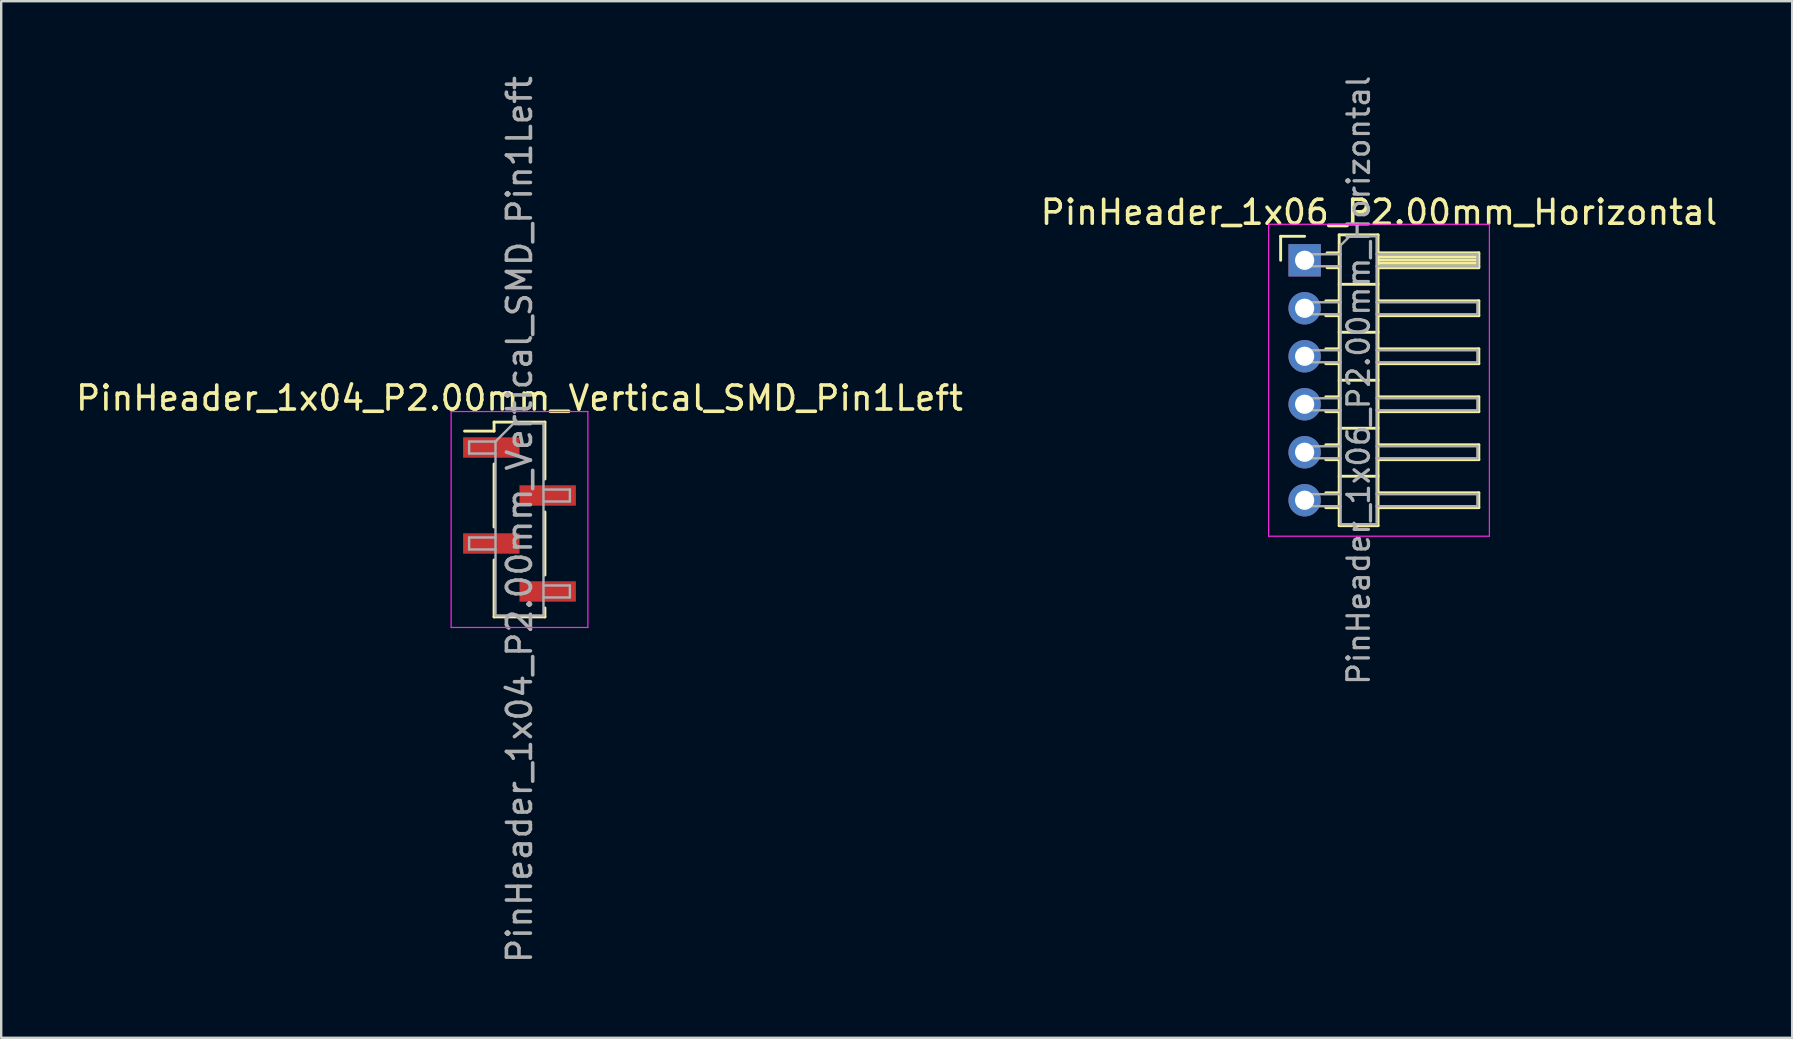
<source format=kicad_pcb>
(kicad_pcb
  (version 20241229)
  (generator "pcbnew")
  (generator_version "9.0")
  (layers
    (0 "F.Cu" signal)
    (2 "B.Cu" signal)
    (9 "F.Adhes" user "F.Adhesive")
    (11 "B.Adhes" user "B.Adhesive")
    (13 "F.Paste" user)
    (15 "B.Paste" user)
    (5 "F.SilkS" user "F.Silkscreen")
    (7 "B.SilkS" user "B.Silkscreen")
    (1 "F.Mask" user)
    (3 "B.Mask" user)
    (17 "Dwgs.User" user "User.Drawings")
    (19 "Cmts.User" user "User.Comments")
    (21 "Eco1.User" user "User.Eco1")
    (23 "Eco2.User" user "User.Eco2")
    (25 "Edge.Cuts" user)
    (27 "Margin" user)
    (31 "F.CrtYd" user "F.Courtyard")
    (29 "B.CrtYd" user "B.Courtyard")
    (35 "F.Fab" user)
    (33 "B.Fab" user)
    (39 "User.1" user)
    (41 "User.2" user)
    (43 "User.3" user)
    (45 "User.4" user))
  (footprint "PinHeader_1x04_P2.00mm_Vertical_SMD_Pin1Left"
    (layer "F.Cu")
    (at 18.601 18.601)
    (property "Reference" "PinHeader_1x04_P2.00mm_Vertical_SMD_Pin1Left" (at 0 -5.06 0) (layer "F.SilkS") (effects (font (size 1 1) (thickness 0.15))))
    (attr smd)
    (fp_line (start -1.06 -4.06) (end -1.06 -3.685) (stroke (width 0.12) (type solid)) (layer "F.SilkS"))
    (fp_line (start -1.06 -4.06) (end 1.06 -4.06) (stroke (width 0.12) (type solid)) (layer "F.SilkS"))
    (fp_line (start -1.06 -3.685) (end -2.29 -3.685) (stroke (width 0.12) (type solid)) (layer "F.SilkS"))
    (fp_line (start -1.06 -2.315) (end -1.06 0.315) (stroke (width 0.12) (type solid)) (layer "F.SilkS"))
    (fp_line (start -1.06 1.685) (end -1.06 4.06) (stroke (width 0.12) (type solid)) (layer "F.SilkS"))
    (fp_line (start -1.06 4.06) (end 1.06 4.06) (stroke (width 0.12) (type solid)) (layer "F.SilkS"))
    (fp_line (start 1.06 -4.06) (end 1.06 -1.685) (stroke (width 0.12) (type solid)) (layer "F.SilkS"))
    (fp_line (start 1.06 -0.315) (end 1.06 2.315) (stroke (width 0.12) (type solid)) (layer "F.SilkS"))
    (fp_line (start 1.06 3.685) (end 1.06 4.06) (stroke (width 0.12) (type solid)) (layer "F.SilkS"))
    (fp_line (start -2.85 -4.5) (end -2.85 4.5) (stroke (width 0.05) (type solid)) (layer "F.CrtYd"))
    (fp_line (start -2.85 4.5) (end 2.85 4.5) (stroke (width 0.05) (type solid)) (layer "F.CrtYd"))
    (fp_line (start 2.85 -4.5) (end -2.85 -4.5) (stroke (width 0.05) (type solid)) (layer "F.CrtYd"))
    (fp_line (start 2.85 4.5) (end 2.85 -4.5) (stroke (width 0.05) (type solid)) (layer "F.CrtYd"))
    (fp_line (start -2.1 -3.25) (end -2.1 -2.75) (stroke (width 0.1) (type solid)) (layer "F.Fab"))
    (fp_line (start -2.1 -2.75) (end -1 -2.75) (stroke (width 0.1) (type solid)) (layer "F.Fab"))
    (fp_line (start -2.1 0.75) (end -2.1 1.25) (stroke (width 0.1) (type solid)) (layer "F.Fab"))
    (fp_line (start -2.1 1.25) (end -1 1.25) (stroke (width 0.1) (type solid)) (layer "F.Fab"))
    (fp_line (start -1 -3.25) (end -2.1 -3.25) (stroke (width 0.1) (type solid)) (layer "F.Fab"))
    (fp_line (start -1 -3.25) (end -0.25 -4) (stroke (width 0.1) (type solid)) (layer "F.Fab"))
    (fp_line (start -1 0.75) (end -2.1 0.75) (stroke (width 0.1) (type solid)) (layer "F.Fab"))
    (fp_line (start -1 4) (end -1 -3.25) (stroke (width 0.1) (type solid)) (layer "F.Fab"))
    (fp_line (start -0.25 -4) (end 1 -4) (stroke (width 0.1) (type solid)) (layer "F.Fab"))
    (fp_line (start 1 -4) (end 1 4) (stroke (width 0.1) (type solid)) (layer "F.Fab"))
    (fp_line (start 1 -1.25) (end 2.1 -1.25) (stroke (width 0.1) (type solid)) (layer "F.Fab"))
    (fp_line (start 1 2.75) (end 2.1 2.75) (stroke (width 0.1) (type solid)) (layer "F.Fab"))
    (fp_line (start 1 4) (end -1 4) (stroke (width 0.1) (type solid)) (layer "F.Fab"))
    (fp_line (start 2.1 -1.25) (end 2.1 -0.75) (stroke (width 0.1) (type solid)) (layer "F.Fab"))
    (fp_line (start 2.1 -0.75) (end 1 -0.75) (stroke (width 0.1) (type solid)) (layer "F.Fab"))
    (fp_line (start 2.1 2.75) (end 2.1 3.25) (stroke (width 0.1) (type solid)) (layer "F.Fab"))
    (fp_line (start 2.1 3.25) (end 1 3.25) (stroke (width 0.1) (type solid)) (layer "F.Fab"))
    (fp_text user "${REFERENCE}" (at 0 0 90) (layer "F.Fab") (effects (font (size 1 1) (thickness 0.15))))
    (pad "1" smd rect (at -1.175 -3) (size 2.35 0.85) (layers "F.Cu" "F.Mask" "F.Paste"))
    (pad "2" smd rect (at 1.175 -1) (size 2.35 0.85) (layers "F.Cu" "F.Mask" "F.Paste"))
    (pad "3" smd rect (at -1.175 1) (size 2.35 0.85) (layers "F.Cu" "F.Mask" "F.Paste"))
    (pad "4" smd rect (at 1.175 3) (size 2.35 0.85) (layers "F.Cu" "F.Mask" "F.Paste")))
  (footprint "PinHeader_1x06_P2.00mm_Horizontal"
    (layer "F.Cu")
    (at 51.323 7.798)
    (property "Reference" "PinHeader_1x06_P2.00mm_Horizontal" (at 3.1 -2 0) (layer "F.SilkS") (effects (font (size 1 1) (thickness 0.15))))
    (attr through_hole)
    (fp_line (start -1 -1) (end 0 -1) (stroke (width 0.12) (type solid)) (layer "F.SilkS"))
    (fp_line (start -1 0) (end -1 -1) (stroke (width 0.12) (type solid)) (layer "F.SilkS"))
    (fp_line (start 0.882 1.69) (end 1.44 1.69) (stroke (width 0.12) (type solid)) (layer "F.SilkS"))
    (fp_line (start 0.882 2.31) (end 1.44 2.31) (stroke (width 0.12) (type solid)) (layer "F.SilkS"))
    (fp_line (start 0.882 3.69) (end 1.44 3.69) (stroke (width 0.12) (type solid)) (layer "F.SilkS"))
    (fp_line (start 0.882 4.31) (end 1.44 4.31) (stroke (width 0.12) (type solid)) (layer "F.SilkS"))
    (fp_line (start 0.882 5.69) (end 1.44 5.69) (stroke (width 0.12) (type solid)) (layer "F.SilkS"))
    (fp_line (start 0.882 6.31) (end 1.44 6.31) (stroke (width 0.12) (type solid)) (layer "F.SilkS"))
    (fp_line (start 0.882 7.69) (end 1.44 7.69) (stroke (width 0.12) (type solid)) (layer "F.SilkS"))
    (fp_line (start 0.882 8.31) (end 1.44 8.31) (stroke (width 0.12) (type solid)) (layer "F.SilkS"))
    (fp_line (start 0.882 9.69) (end 1.44 9.69) (stroke (width 0.12) (type solid)) (layer "F.SilkS"))
    (fp_line (start 0.882 10.31) (end 1.44 10.31) (stroke (width 0.12) (type solid)) (layer "F.SilkS"))
    (fp_line (start 0.935 -0.31) (end 1.44 -0.31) (stroke (width 0.12) (type solid)) (layer "F.SilkS"))
    (fp_line (start 0.935 0.31) (end 1.44 0.31) (stroke (width 0.12) (type solid)) (layer "F.SilkS"))
    (fp_line (start 1.44 -1.06) (end 1.44 11.06) (stroke (width 0.12) (type solid)) (layer "F.SilkS"))
    (fp_line (start 1.44 1) (end 3.06 1) (stroke (width 0.12) (type solid)) (layer "F.SilkS"))
    (fp_line (start 1.44 3) (end 3.06 3) (stroke (width 0.12) (type solid)) (layer "F.SilkS"))
    (fp_line (start 1.44 5) (end 3.06 5) (stroke (width 0.12) (type solid)) (layer "F.SilkS"))
    (fp_line (start 1.44 7) (end 3.06 7) (stroke (width 0.12) (type solid)) (layer "F.SilkS"))
    (fp_line (start 1.44 9) (end 3.06 9) (stroke (width 0.12) (type solid)) (layer "F.SilkS"))
    (fp_line (start 1.44 11.06) (end 3.06 11.06) (stroke (width 0.12) (type solid)) (layer "F.SilkS"))
    (fp_line (start 3.06 -1.06) (end 1.44 -1.06) (stroke (width 0.12) (type solid)) (layer "F.SilkS"))
    (fp_line (start 3.06 -0.31) (end 7.26 -0.31) (stroke (width 0.12) (type solid)) (layer "F.SilkS"))
    (fp_line (start 3.06 -0.25) (end 7.26 -0.25) (stroke (width 0.12) (type solid)) (layer "F.SilkS"))
    (fp_line (start 3.06 -0.13) (end 7.26 -0.13) (stroke (width 0.12) (type solid)) (layer "F.SilkS"))
    (fp_line (start 3.06 -0.01) (end 7.26 -0.01) (stroke (width 0.12) (type solid)) (layer "F.SilkS"))
    (fp_line (start 3.06 0.11) (end 7.26 0.11) (stroke (width 0.12) (type solid)) (layer "F.SilkS"))
    (fp_line (start 3.06 0.23) (end 7.26 0.23) (stroke (width 0.12) (type solid)) (layer "F.SilkS"))
    (fp_line (start 3.06 1.69) (end 7.26 1.69) (stroke (width 0.12) (type solid)) (layer "F.SilkS"))
    (fp_line (start 3.06 3.69) (end 7.26 3.69) (stroke (width 0.12) (type solid)) (layer "F.SilkS"))
    (fp_line (start 3.06 5.69) (end 7.26 5.69) (stroke (width 0.12) (type solid)) (layer "F.SilkS"))
    (fp_line (start 3.06 7.69) (end 7.26 7.69) (stroke (width 0.12) (type solid)) (layer "F.SilkS"))
    (fp_line (start 3.06 9.69) (end 7.26 9.69) (stroke (width 0.12) (type solid)) (layer "F.SilkS"))
    (fp_line (start 3.06 11.06) (end 3.06 -1.06) (stroke (width 0.12) (type solid)) (layer "F.SilkS"))
    (fp_line (start 7.26 -0.31) (end 7.26 0.31) (stroke (width 0.12) (type solid)) (layer "F.SilkS"))
    (fp_line (start 7.26 0.31) (end 3.06 0.31) (stroke (width 0.12) (type solid)) (layer "F.SilkS"))
    (fp_line (start 7.26 1.69) (end 7.26 2.31) (stroke (width 0.12) (type solid)) (layer "F.SilkS"))
    (fp_line (start 7.26 2.31) (end 3.06 2.31) (stroke (width 0.12) (type solid)) (layer "F.SilkS"))
    (fp_line (start 7.26 3.69) (end 7.26 4.31) (stroke (width 0.12) (type solid)) (layer "F.SilkS"))
    (fp_line (start 7.26 4.31) (end 3.06 4.31) (stroke (width 0.12) (type solid)) (layer "F.SilkS"))
    (fp_line (start 7.26 5.69) (end 7.26 6.31) (stroke (width 0.12) (type solid)) (layer "F.SilkS"))
    (fp_line (start 7.26 6.31) (end 3.06 6.31) (stroke (width 0.12) (type solid)) (layer "F.SilkS"))
    (fp_line (start 7.26 7.69) (end 7.26 8.31) (stroke (width 0.12) (type solid)) (layer "F.SilkS"))
    (fp_line (start 7.26 8.31) (end 3.06 8.31) (stroke (width 0.12) (type solid)) (layer "F.SilkS"))
    (fp_line (start 7.26 9.69) (end 7.26 10.31) (stroke (width 0.12) (type solid)) (layer "F.SilkS"))
    (fp_line (start 7.26 10.31) (end 3.06 10.31) (stroke (width 0.12) (type solid)) (layer "F.SilkS"))
    (fp_line (start -1.5 -1.5) (end -1.5 11.5) (stroke (width 0.05) (type solid)) (layer "F.CrtYd"))
    (fp_line (start -1.5 11.5) (end 7.7 11.5) (stroke (width 0.05) (type solid)) (layer "F.CrtYd"))
    (fp_line (start 7.7 -1.5) (end -1.5 -1.5) (stroke (width 0.05) (type solid)) (layer "F.CrtYd"))
    (fp_line (start 7.7 11.5) (end 7.7 -1.5) (stroke (width 0.05) (type solid)) (layer "F.CrtYd"))
    (fp_line (start -0.25 -0.25) (end -0.25 0.25) (stroke (width 0.1) (type solid)) (layer "F.Fab"))
    (fp_line (start -0.25 -0.25) (end 1.5 -0.25) (stroke (width 0.1) (type solid)) (layer "F.Fab"))
    (fp_line (start -0.25 0.25) (end 1.5 0.25) (stroke (width 0.1) (type solid)) (layer "F.Fab"))
    (fp_line (start -0.25 1.75) (end -0.25 2.25) (stroke (width 0.1) (type solid)) (layer "F.Fab"))
    (fp_line (start -0.25 1.75) (end 1.5 1.75) (stroke (width 0.1) (type solid)) (layer "F.Fab"))
    (fp_line (start -0.25 2.25) (end 1.5 2.25) (stroke (width 0.1) (type solid)) (layer "F.Fab"))
    (fp_line (start -0.25 3.75) (end -0.25 4.25) (stroke (width 0.1) (type solid)) (layer "F.Fab"))
    (fp_line (start -0.25 3.75) (end 1.5 3.75) (stroke (width 0.1) (type solid)) (layer "F.Fab"))
    (fp_line (start -0.25 4.25) (end 1.5 4.25) (stroke (width 0.1) (type solid)) (layer "F.Fab"))
    (fp_line (start -0.25 5.75) (end -0.25 6.25) (stroke (width 0.1) (type solid)) (layer "F.Fab"))
    (fp_line (start -0.25 5.75) (end 1.5 5.75) (stroke (width 0.1) (type solid)) (layer "F.Fab"))
    (fp_line (start -0.25 6.25) (end 1.5 6.25) (stroke (width 0.1) (type solid)) (layer "F.Fab"))
    (fp_line (start -0.25 7.75) (end -0.25 8.25) (stroke (width 0.1) (type solid)) (layer "F.Fab"))
    (fp_line (start -0.25 7.75) (end 1.5 7.75) (stroke (width 0.1) (type solid)) (layer "F.Fab"))
    (fp_line (start -0.25 8.25) (end 1.5 8.25) (stroke (width 0.1) (type solid)) (layer "F.Fab"))
    (fp_line (start -0.25 9.75) (end -0.25 10.25) (stroke (width 0.1) (type solid)) (layer "F.Fab"))
    (fp_line (start -0.25 9.75) (end 1.5 9.75) (stroke (width 0.1) (type solid)) (layer "F.Fab"))
    (fp_line (start -0.25 10.25) (end 1.5 10.25) (stroke (width 0.1) (type solid)) (layer "F.Fab"))
    (fp_line (start 1.5 -0.625) (end 1.875 -1) (stroke (width 0.1) (type solid)) (layer "F.Fab"))
    (fp_line (start 1.5 11) (end 1.5 -0.625) (stroke (width 0.1) (type solid)) (layer "F.Fab"))
    (fp_line (start 1.875 -1) (end 3 -1) (stroke (width 0.1) (type solid)) (layer "F.Fab"))
    (fp_line (start 3 -1) (end 3 11) (stroke (width 0.1) (type solid)) (layer "F.Fab"))
    (fp_line (start 3 -0.25) (end 7.2 -0.25) (stroke (width 0.1) (type solid)) (layer "F.Fab"))
    (fp_line (start 3 0.25) (end 7.2 0.25) (stroke (width 0.1) (type solid)) (layer "F.Fab"))
    (fp_line (start 3 1.75) (end 7.2 1.75) (stroke (width 0.1) (type solid)) (layer "F.Fab"))
    (fp_line (start 3 2.25) (end 7.2 2.25) (stroke (width 0.1) (type solid)) (layer "F.Fab"))
    (fp_line (start 3 3.75) (end 7.2 3.75) (stroke (width 0.1) (type solid)) (layer "F.Fab"))
    (fp_line (start 3 4.25) (end 7.2 4.25) (stroke (width 0.1) (type solid)) (layer "F.Fab"))
    (fp_line (start 3 5.75) (end 7.2 5.75) (stroke (width 0.1) (type solid)) (layer "F.Fab"))
    (fp_line (start 3 6.25) (end 7.2 6.25) (stroke (width 0.1) (type solid)) (layer "F.Fab"))
    (fp_line (start 3 7.75) (end 7.2 7.75) (stroke (width 0.1) (type solid)) (layer "F.Fab"))
    (fp_line (start 3 8.25) (end 7.2 8.25) (stroke (width 0.1) (type solid)) (layer "F.Fab"))
    (fp_line (start 3 9.75) (end 7.2 9.75) (stroke (width 0.1) (type solid)) (layer "F.Fab"))
    (fp_line (start 3 10.25) (end 7.2 10.25) (stroke (width 0.1) (type solid)) (layer "F.Fab"))
    (fp_line (start 3 11) (end 1.5 11) (stroke (width 0.1) (type solid)) (layer "F.Fab"))
    (fp_line (start 7.2 -0.25) (end 7.2 0.25) (stroke (width 0.1) (type solid)) (layer "F.Fab"))
    (fp_line (start 7.2 1.75) (end 7.2 2.25) (stroke (width 0.1) (type solid)) (layer "F.Fab"))
    (fp_line (start 7.2 3.75) (end 7.2 4.25) (stroke (width 0.1) (type solid)) (layer "F.Fab"))
    (fp_line (start 7.2 5.75) (end 7.2 6.25) (stroke (width 0.1) (type solid)) (layer "F.Fab"))
    (fp_line (start 7.2 7.75) (end 7.2 8.25) (stroke (width 0.1) (type solid)) (layer "F.Fab"))
    (fp_line (start 7.2 9.75) (end 7.2 10.25) (stroke (width 0.1) (type solid)) (layer "F.Fab"))
    (fp_text user "${REFERENCE}" (at 2.25 5 90) (layer "F.Fab") (effects (font (size 0.9 0.9) (thickness 0.135))))
    (pad "1" thru_hole rect (at 0 0) (size 1.35 1.35) (drill 0.8) (layers "*.Cu" "*.Mask"))
    (pad "2" thru_hole oval (at 0 2) (size 1.35 1.35) (drill 0.8) (layers "*.Cu" "*.Mask"))
    (pad "3" thru_hole oval (at 0 4) (size 1.35 1.35) (drill 0.8) (layers "*.Cu" "*.Mask"))
    (pad "4" thru_hole oval (at 0 6) (size 1.35 1.35) (drill 0.8) (layers "*.Cu" "*.Mask"))
    (pad "5" thru_hole oval (at 0 8) (size 1.35 1.35) (drill 0.8) (layers "*.Cu" "*.Mask"))
    (pad "6" thru_hole oval (at 0 10) (size 1.35 1.35) (drill 0.8) (layers "*.Cu" "*.Mask")))
  (gr_rect
    (start -3 -3)
    (end 71.643 40.202)
    (stroke (width 0.1) (type default))
    (fill no)
    (layer "Edge.Cuts")))
</source>
